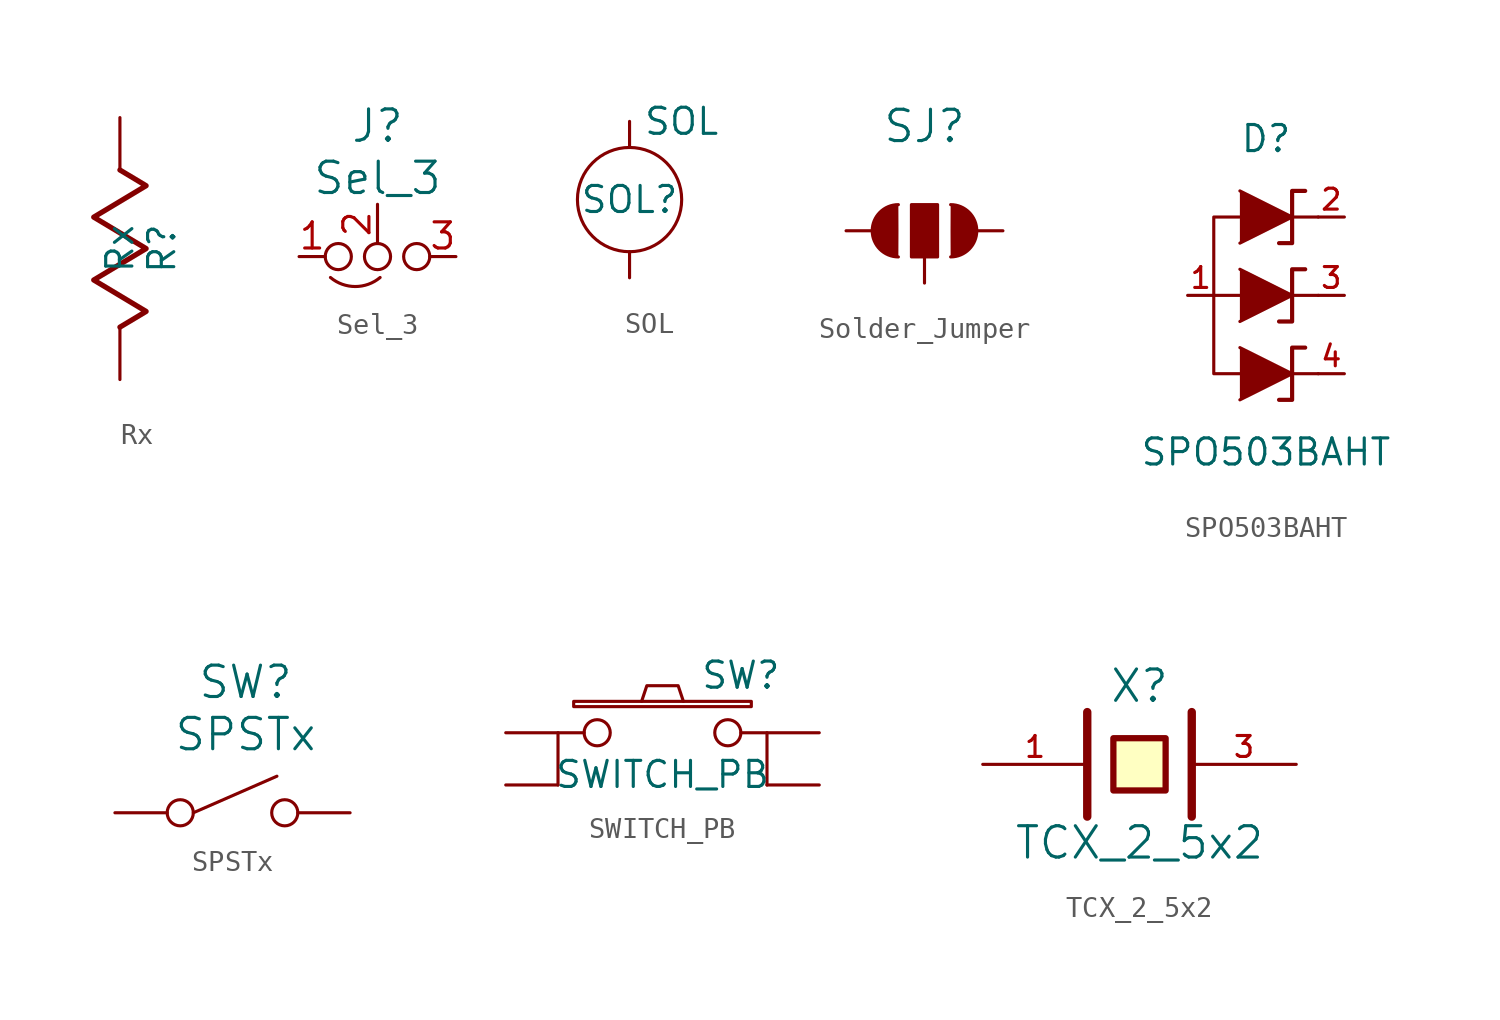
<source format=kicad_sym>
(kicad_symbol_lib
  (version 20231120)
  (generator "kicad_symbol_editor")
  (generator_version "8.0")
  (symbol "Rx"
    (pin_numbers hide)
    (pin_names
      (offset 0))
    (property "Reference" "R"
      (at 2.032 0 90)
      (effects (font (size 1.27 1.27))))
    (property "Value" "Rx"
      (at 0 0 90)
      (effects (font (size 1.27 1.27))))
    (property "Footprint" ""
      (at 0 0 0)
      (effects (font (size 1.524 1.524))))
    (property "Datasheet" ""
      (at 0 0 0)
      (effects (font (size 1.524 1.524))))
    (symbol "Rx_0_1"
      (polyline (pts (xy 0 3.81) (xy 1.27 3.048) (xy 0 2.286) (xy -1.27 1.524) (xy 0 0.762) (xy 1.27 0) (xy 0 -0.762) (xy -1.27 -1.524) (xy 0 -2.286) (xy 1.27 -3.048) (xy 0 -3.81)) (stroke (width 0.254) (type default)) (fill (type none))))
    (symbol "Rx_1_1"
      (pin passive line (at 0 6.35 270) (length 2.54) (name "~" (effects (font (size 1.524 1.524)))) (number "1" (effects (font (size 1.524 1.524)))))
      (pin passive line (at 0 -6.35 90) (length 2.54) (name "~" (effects (font (size 1.524 1.524)))) (number "2" (effects (font (size 1.524 1.524)))))))
  (symbol "Sel_3"
    (pin_names
      (offset 1.016) hide)
    (property "Reference" "J"
      (at 0 6.35 0)
      (effects (font (size 1.524 1.524))))
    (property "Value" "Sel_3"
      (at 0 3.81 0)
      (effects (font (size 1.524 1.524))))
    (symbol "Sel_3_0_1"
      (arc (start -2.286 -1.016) (mid -1.0767 -1.455) (end 0.127 -1.016) (stroke (width 0) (type default)) (fill (type none)))
      (circle (center -1.905 0) (radius 0.635) (stroke (width 0) (type default)) (fill (type none)))
      (circle (center 0 0) (radius 0.635) (stroke (width 0) (type default)) (fill (type none)))
      (circle (center 1.905 0) (radius 0.635) (stroke (width 0) (type default)) (fill (type none))))
    (symbol "Sel_3_1_1"
      (pin input line (at -3.81 0 0) (length 1.27) (name "1" (effects (font (size 1.27 1.27)))) (number "1" (effects (font (size 1.27 1.27)))))
      (pin input line (at 0 2.54 270) (length 1.905) (name "2" (effects (font (size 1.27 1.27)))) (number "2" (effects (font (size 1.27 1.27)))))
      (pin input line (at 3.81 0 180) (length 1.27) (name "3" (effects (font (size 1.27 1.27)))) (number "3" (effects (font (size 1.27 1.27)))))))
  (symbol "SOL"
    (pin_numbers hide)
    (pin_names
      (offset 1.016) hide)
    (property "Reference" "SOL"
      (at 0 0 0)
      (effects (font (size 1.27 1.27))))
    (property "Value" "SOL"
      (at 2.54 3.81 0)
      (effects (font (size 1.27 1.27))))
    (symbol "SOL_0_1"
      (circle (center 0 0) (radius 2.54) (stroke (width 0) (type default)) (fill (type none))))
    (symbol "SOL_1_1"
      (pin passive line (at 0 3.81 270) (length 1.27) (name "1" (effects (font (size 1.27 1.27)))) (number "1" (effects (font (size 1.27 1.27)))))
      (pin passive line (at 0 -3.81 90) (length 1.27) (name "2" (effects (font (size 1.27 1.27)))) (number "2" (effects (font (size 1.27 1.27)))))))
  (symbol "Solder_Jumper"
    (pin_numbers hide)
    (pin_names
      (offset 1.016) hide)
    (property "Reference" "SJ"
      (at 0 5.08 0)
      (effects (font (size 1.524 1.524))))
    (property "Footprint" ""
      (at 0 0 0)
      (effects (font (size 1.524 1.524))))
    (property "Datasheet" ""
      (at 0 0 0)
      (effects (font (size 1.524 1.524))))
    (symbol "Solder_Jumper_0_1"
      (arc (start -1.27 1.27) (mid -2.5345 0) (end -1.27 -1.27) (stroke (width 0) (type default)) (fill (type outline)))
      (rectangle (start -0.635 1.27) (end 0.635 -1.27) (stroke (width 0) (type default)) (fill (type outline)))
      (arc (start 1.27 -1.27) (mid 2.5345 0) (end 1.27 1.27) (stroke (width 0) (type default)) (fill (type outline))))
    (symbol "Solder_Jumper_1_1"
      (pin input line (at 0 -2.54 90) (length 1.27) (name "1" (effects (font (size 1.27 1.27)))) (number "1" (effects (font (size 1.27 1.27)))))
      (pin input line (at -3.81 0 0) (length 1.27) (name "2" (effects (font (size 1.27 1.27)))) (number "2" (effects (font (size 1.27 1.27)))))
      (pin input line (at 3.81 0 180) (length 1.27) (name "3" (effects (font (size 1.27 1.27)))) (number "3" (effects (font (size 1.27 1.27)))))))
  (symbol "SPO503BAHT"
    (pin_names
      (offset 1.016) hide)
    (property "Reference" "D"
      (at 0 7.62 0)
      (effects (font (size 1.27 1.27))))
    (property "Value" "SPO503BAHT"
      (at 0 -7.62 0)
      (effects (font (size 1.27 1.27))))
    (property "Footprint" ""
      (at 0 3.81 0)
      (effects (font (size 1.524 1.524))))
    (property "Datasheet" ""
      (at 0 3.81 0)
      (effects (font (size 1.524 1.524))))
    (symbol "SPO503BAHT_0_1"
      (polyline (pts (xy -2.54 0) (xy -1.27 0)) (stroke (width 0) (type default)) (fill (type none)))
      (polyline (pts (xy 1.27 -3.81) (xy 2.54 -3.81)) (stroke (width 0) (type default)) (fill (type none)))
      (polyline (pts (xy 1.27 0) (xy 2.54 0)) (stroke (width 0) (type default)) (fill (type none)))
      (polyline (pts (xy 1.27 3.81) (xy 2.54 3.81)) (stroke (width 0) (type default)) (fill (type none)))
      (polyline (pts (xy -1.27 3.81) (xy -2.54 3.81) (xy -2.54 -3.81) (xy -1.27 -3.81)) (stroke (width 0) (type default)) (fill (type none)))
      (polyline (pts (xy 1.651 -2.54) (xy 1.905 -2.54) (xy 1.27 -2.54) (xy 1.27 -5.08) (xy 0.635 -5.08) (xy 1.27 -5.08)) (stroke (width 0.203) (type default)) (fill (type none)))
      (polyline (pts (xy 1.651 1.27) (xy 1.905 1.27) (xy 1.27 1.27) (xy 1.27 -1.27) (xy 0.635 -1.27) (xy 1.27 -1.27)) (stroke (width 0.203) (type default)) (fill (type none)))
      (polyline (pts (xy 1.651 5.08) (xy 1.905 5.08) (xy 1.27 5.08) (xy 1.27 2.54) (xy 0.635 2.54) (xy 1.27 2.54)) (stroke (width 0.203) (type default)) (fill (type none))))
    (symbol "SPO503BAHT_1_1"
      (polyline (pts (xy -1.27 -2.54) (xy 1.27 -3.81) (xy -1.27 -5.08)) (stroke (width 0) (type default)) (fill (type outline)))
      (polyline (pts (xy -1.27 1.27) (xy 1.27 0) (xy -1.27 -1.27)) (stroke (width 0) (type default)) (fill (type outline)))
      (polyline (pts (xy -1.27 5.08) (xy 1.27 3.81) (xy -1.27 2.54)) (stroke (width 0) (type default)) (fill (type outline)))
      (pin passive line (at -3.81 0 0) (length 1.27) (name "A" (effects (font (size 1.016 1.016)))) (number "1" (effects (font (size 1.016 1.016)))))
      (pin passive line (at 3.81 3.81 180) (length 1.27) (name "K1" (effects (font (size 1.016 1.016)))) (number "2" (effects (font (size 1.016 1.016)))))
      (pin passive line (at 3.81 0 180) (length 1.27) (name "K2" (effects (font (size 1.016 1.016)))) (number "3" (effects (font (size 1.016 1.016)))))
      (pin passive line (at 3.81 -3.81 180) (length 1.27) (name "K3" (effects (font (size 1.016 1.016)))) (number "4" (effects (font (size 1.016 1.016)))))))
  (symbol "SPSTx"
    (pin_numbers hide)
    (pin_names
      (offset 1.016) hide)
    (property "Reference" "SW"
      (at 0 6.35 0)
      (effects (font (size 1.524 1.524))))
    (property "Value" "SPSTx"
      (at 0 3.81 0)
      (effects (font (size 1.524 1.524))))
    (property "Footprint" ""
      (at -2.54 0 0)
      (effects (font (size 1.524 1.524))))
    (property "Datasheet" ""
      (at -2.54 0 0)
      (effects (font (size 1.524 1.524))))
    (symbol "SPSTx_0_1"
      (circle (center -3.175 0) (radius 0.635) (stroke (width 0) (type default)) (fill (type none)))
      (polyline (pts (xy -2.54 0) (xy 1.524 1.778)) (stroke (width 0) (type default)) (fill (type none)))
      (circle (center 1.905 0) (radius 0.635) (stroke (width 0) (type default)) (fill (type none))))
    (symbol "SPSTx_1_1"
      (pin input line (at 5.08 0 180) (length 2.54) (name "1" (effects (font (size 1.27 1.27)))) (number "1" (effects (font (size 1.27 1.27)))))
      (pin input line (at -6.35 0 0) (length 2.54) (name "2" (effects (font (size 1.27 1.27)))) (number "2" (effects (font (size 1.27 1.27)))))))
  (symbol "SWITCH_PB"
    (pin_numbers hide)
    (pin_names
      (offset 1.016) hide)
    (property "Reference" "SW"
      (at 3.81 2.794 0)
      (effects (font (size 1.27 1.27))))
    (property "Value" "SWITCH_PB"
      (at 0 -2.032 0)
      (effects (font (size 1.27 1.27))))
    (property "Footprint" ""
      (at 0 0 0)
      (effects (font (size 1.524 1.524))))
    (property "Datasheet" ""
      (at 0 0 0)
      (effects (font (size 1.524 1.524))))
    (symbol "SWITCH_PB_0_1"
      (rectangle (start -4.318 1.27) (end 4.318 1.524) (stroke (width 0) (type default)) (fill (type none)))
      (polyline (pts (xy -5.08 -2.54) (xy -5.08 0)) (stroke (width 0) (type default)) (fill (type none)))
      (polyline (pts (xy 5.08 -2.54) (xy 5.08 0)) (stroke (width 0) (type default)) (fill (type none)))
      (polyline (pts (xy -1.016 1.524) (xy -0.762 2.286) (xy 0.762 2.286) (xy 1.016 1.524)) (stroke (width 0) (type default)) (fill (type none)))
      (pin passive inverted (at -7.62 0 0) (length 5.08) (name "1" (effects (font (size 1.524 1.524)))) (number "1" (effects (font (size 1.524 1.524)))))
      (pin passive line (at -7.62 -2.54 0) (length 2.54) (name "x" (effects (font (size 1.524 1.524)))) (number "2" (effects (font (size 1.524 1.524)))))
      (pin passive inverted (at 7.62 0 180) (length 5.08) (name "3" (effects (font (size 1.524 1.524)))) (number "3" (effects (font (size 1.524 1.524)))))
      (pin passive line (at 7.62 -2.54 180) (length 2.54) (name "x" (effects (font (size 1.524 1.524)))) (number "4" (effects (font (size 1.524 1.524)))))))
  (symbol "TCX_2_5x2"
    (pin_names
      (offset 1.016) hide)
    (property "Reference" "X"
      (at 0 3.81 0)
      (effects (font (size 1.524 1.524))))
    (property "Value" "TCX_2_5x2"
      (at 0 -3.81 0)
      (effects (font (size 1.524 1.524))))
    (property "Footprint" ""
      (at 0 0 0)
      (effects (font (size 1.524 1.524))))
    (property "Datasheet" ""
      (at 0 0 0)
      (effects (font (size 1.524 1.524))))
    (symbol "TCX_2_5x2_0_1"
      (polyline (pts (xy -2.54 2.54) (xy -2.54 -2.54)) (stroke (width 0.406) (type default)) (fill (type none)))
      (polyline (pts (xy 2.54 2.54) (xy 2.54 -2.54)) (stroke (width 0.406) (type default)) (fill (type none)))
      (polyline (pts (xy -1.27 1.27) (xy 1.27 1.27) (xy 1.27 -1.27) (xy -1.27 -1.27) (xy -1.27 1.27)) (stroke (width 0.305) (type default)) (fill (type background))))
    (symbol "TCX_2_5x2_1_1"
      (pin passive line (at -7.62 0 0) (length 5.08) (name "1" (effects (font (size 1.016 1.016)))) (number "1" (effects (font (size 1.016 1.016)))))
      (pin passive line (at 7.62 0 180) (length 5.08) (name "3" (effects (font (size 1.016 1.016)))) (number "3" (effects (font (size 1.016 1.016))))))))
</source>
